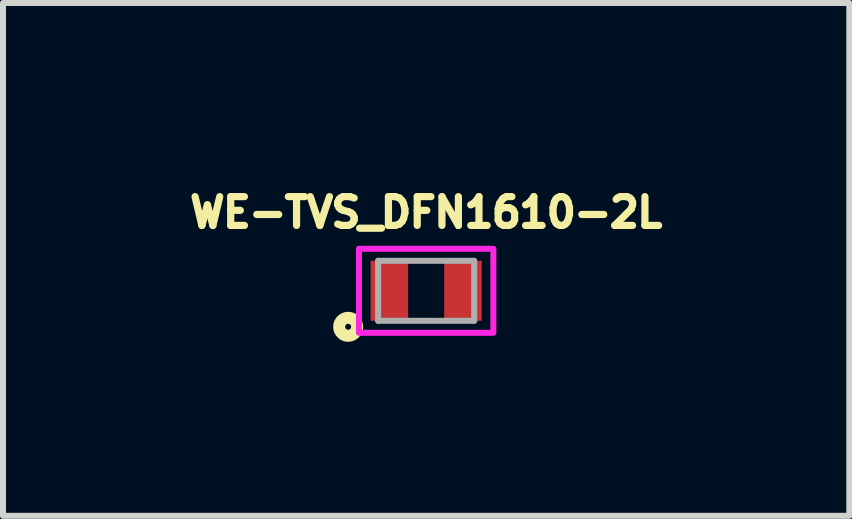
<source format=kicad_pcb>
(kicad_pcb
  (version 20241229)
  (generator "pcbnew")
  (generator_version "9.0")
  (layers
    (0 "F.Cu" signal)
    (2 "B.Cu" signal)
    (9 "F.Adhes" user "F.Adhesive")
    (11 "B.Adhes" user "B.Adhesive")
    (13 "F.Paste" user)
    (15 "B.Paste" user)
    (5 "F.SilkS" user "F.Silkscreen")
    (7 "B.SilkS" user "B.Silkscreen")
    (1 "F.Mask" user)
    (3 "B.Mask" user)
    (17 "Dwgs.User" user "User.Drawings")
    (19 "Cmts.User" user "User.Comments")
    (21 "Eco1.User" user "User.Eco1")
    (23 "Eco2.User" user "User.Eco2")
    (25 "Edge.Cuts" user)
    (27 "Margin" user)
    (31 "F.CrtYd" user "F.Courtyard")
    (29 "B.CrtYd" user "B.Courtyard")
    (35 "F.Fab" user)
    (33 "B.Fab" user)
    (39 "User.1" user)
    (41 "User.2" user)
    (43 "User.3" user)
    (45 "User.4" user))
  (footprint "WE-TVS_DFN1610-2L"
    (layer "F.Cu")
    (at 4.052 1.796)
    (property "Reference" "WE-TVS_DFN1610-2L" (at 0 -1.305 0) (layer "F.SilkS") (effects (font (size 0.48 0.48) (thickness 0.15))))
    (attr smd)
    (fp_circle (center -1.3 0.6) (end -1.25 0.6) (stroke (width 0.2) (type solid)) (fill no) (layer "F.SilkS"))
    (fp_poly (pts (xy -1.12 -0.7) (xy 1.12 -0.7) (xy 1.12 0.7) (xy -1.12 0.7)) (stroke (width 0.1) (type solid)) (fill no) (layer "F.CrtYd"))
    (fp_line (start -0.8 -0.5) (end 0.8 -0.5) (stroke (width 0.1) (type solid)) (layer "F.Fab"))
    (fp_line (start -0.8 0.5) (end -0.8 -0.5) (stroke (width 0.1) (type solid)) (layer "F.Fab"))
    (fp_line (start 0.8 -0.5) (end 0.8 0.5) (stroke (width 0.1) (type solid)) (layer "F.Fab"))
    (fp_line (start 0.8 0.5) (end -0.8 0.5) (stroke (width 0.1) (type solid)) (layer "F.Fab"))
    (pad "1" smd rect (at -0.613 0) (size 0.625 1) (layers "F.Cu" "F.Mask" "F.Paste"))
    (pad "2" smd rect (at 0.613 0) (size 0.625 1) (layers "F.Cu" "F.Mask" "F.Paste")))
  (gr_rect
    (start -3 -3)
    (end 11.104 5.546)
    (stroke (width 0.1) (type default))
    (fill no)
    (layer "Edge.Cuts")))
</source>
